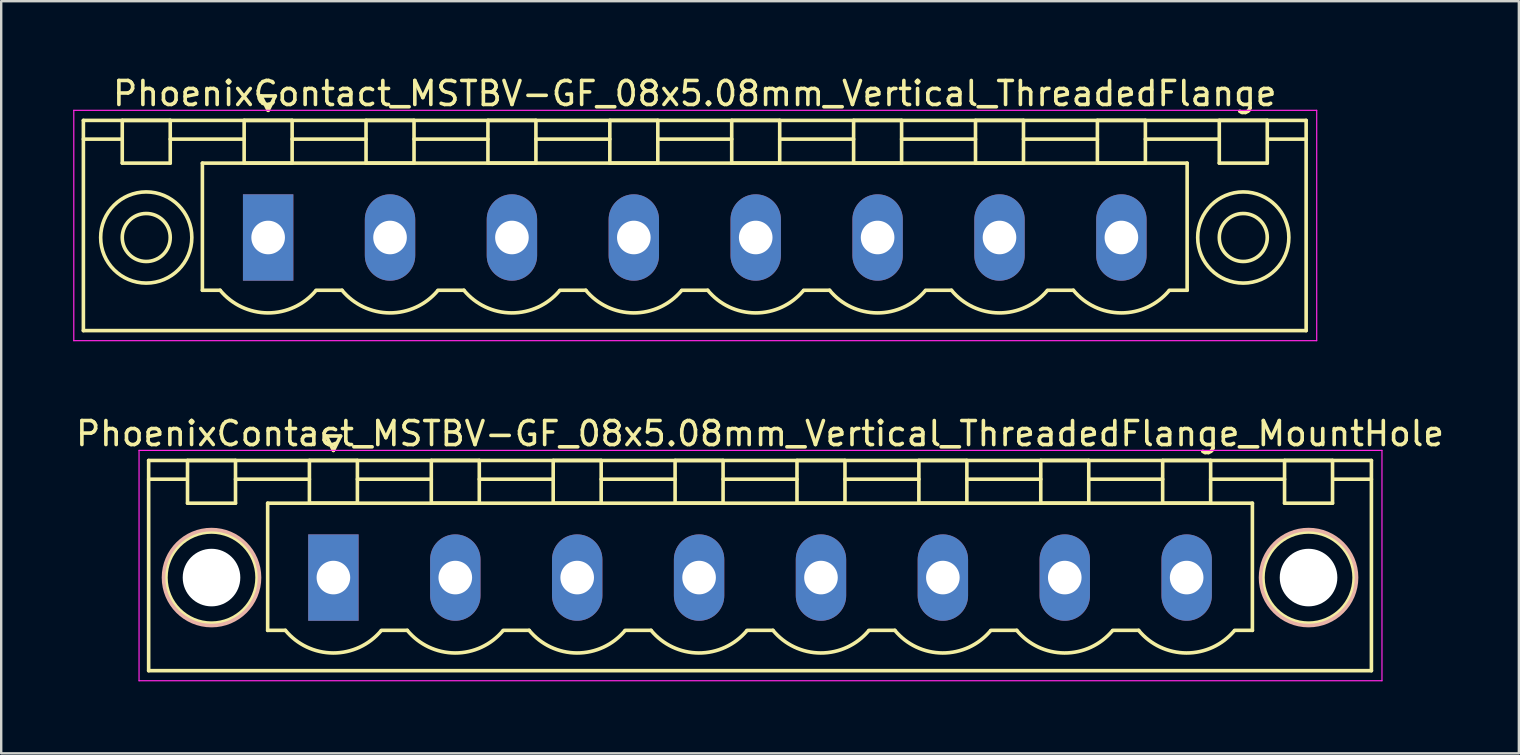
<source format=kicad_pcb>
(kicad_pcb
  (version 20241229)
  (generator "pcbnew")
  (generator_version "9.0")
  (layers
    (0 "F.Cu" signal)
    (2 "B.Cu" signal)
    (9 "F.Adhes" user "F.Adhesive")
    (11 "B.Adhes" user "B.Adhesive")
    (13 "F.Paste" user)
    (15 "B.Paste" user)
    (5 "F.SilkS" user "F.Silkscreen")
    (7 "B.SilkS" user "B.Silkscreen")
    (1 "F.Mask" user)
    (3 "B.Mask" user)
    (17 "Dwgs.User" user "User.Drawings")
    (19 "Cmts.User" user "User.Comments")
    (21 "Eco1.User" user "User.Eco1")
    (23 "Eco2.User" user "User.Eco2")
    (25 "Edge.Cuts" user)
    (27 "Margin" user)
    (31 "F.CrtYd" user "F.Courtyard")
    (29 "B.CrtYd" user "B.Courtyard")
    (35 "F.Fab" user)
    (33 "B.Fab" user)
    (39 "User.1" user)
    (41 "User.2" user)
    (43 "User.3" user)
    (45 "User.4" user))
  (footprint "PhoenixContact_MSTBV-GF_08x5.08mm_Vertical_ThreadedFlange_MountHole"
    (layer "F.Cu")
    (at 10.845 21.021)
    (property "Reference" "PhoenixContact_MSTBV-GF_08x5.08mm_Vertical_ThreadedFlange_MountHole" (at 17.78 -6 0) (layer "F.SilkS") (effects (font (size 1 1) (thickness 0.15))))
    (attr through_hole)
    (fp_line (start -7.7 -4.88) (end -7.7 3.88) (stroke (width 0.15) (type solid)) (layer "F.SilkS"))
    (fp_line (start -7.7 -4.1) (end -6.16 -4.1) (stroke (width 0.15) (type solid)) (layer "F.SilkS"))
    (fp_line (start -7.7 3.88) (end 43.26 3.88) (stroke (width 0.15) (type solid)) (layer "F.SilkS"))
    (fp_line (start -6.08 -4.88) (end -4.08 -4.88) (stroke (width 0.15) (type solid)) (layer "F.SilkS"))
    (fp_line (start -6.08 -3.1) (end -6.08 -4.88) (stroke (width 0.15) (type solid)) (layer "F.SilkS"))
    (fp_line (start -4.08 -4.88) (end -4.08 -3.1) (stroke (width 0.15) (type solid)) (layer "F.SilkS"))
    (fp_line (start -4.08 -4.1) (end -1 -4.1) (stroke (width 0.15) (type solid)) (layer "F.SilkS"))
    (fp_line (start -4.08 -3.1) (end -6.08 -3.1) (stroke (width 0.15) (type solid)) (layer "F.SilkS"))
    (fp_line (start -2.74 -3.1) (end 38.3 -3.1) (stroke (width 0.15) (type solid)) (layer "F.SilkS"))
    (fp_line (start -2.74 2.2) (end -2.74 -3.1) (stroke (width 0.15) (type solid)) (layer "F.SilkS"))
    (fp_line (start -2 2.2) (end -2.74 2.2) (stroke (width 0.15) (type solid)) (layer "F.SilkS"))
    (fp_line (start -1 -4.88) (end 1 -4.88) (stroke (width 0.15) (type solid)) (layer "F.SilkS"))
    (fp_line (start -1 -3.1) (end -1 -4.88) (stroke (width 0.15) (type solid)) (layer "F.SilkS"))
    (fp_line (start -0.3 -5.9) (end 0 -5.3) (stroke (width 0.15) (type solid)) (layer "F.SilkS"))
    (fp_line (start 0 -5.3) (end 0.3 -5.9) (stroke (width 0.15) (type solid)) (layer "F.SilkS"))
    (fp_line (start 0.3 -5.9) (end -0.3 -5.9) (stroke (width 0.15) (type solid)) (layer "F.SilkS"))
    (fp_line (start 1 -4.88) (end 1 -3.1) (stroke (width 0.15) (type solid)) (layer "F.SilkS"))
    (fp_line (start 1 -4.1) (end 4.08 -4.1) (stroke (width 0.15) (type solid)) (layer "F.SilkS"))
    (fp_line (start 1 -3.1) (end -1 -3.1) (stroke (width 0.15) (type solid)) (layer "F.SilkS"))
    (fp_line (start 2 2.2) (end 3.08 2.2) (stroke (width 0.15) (type solid)) (layer "F.SilkS"))
    (fp_line (start 4.08 -4.88) (end 6.08 -4.88) (stroke (width 0.15) (type solid)) (layer "F.SilkS"))
    (fp_line (start 4.08 -3.1) (end 4.08 -4.88) (stroke (width 0.15) (type solid)) (layer "F.SilkS"))
    (fp_line (start 6.08 -4.88) (end 6.08 -3.1) (stroke (width 0.15) (type solid)) (layer "F.SilkS"))
    (fp_line (start 6.08 -4.1) (end 9.16 -4.1) (stroke (width 0.15) (type solid)) (layer "F.SilkS"))
    (fp_line (start 6.08 -3.1) (end 4.08 -3.1) (stroke (width 0.15) (type solid)) (layer "F.SilkS"))
    (fp_line (start 7.08 2.2) (end 8.16 2.2) (stroke (width 0.15) (type solid)) (layer "F.SilkS"))
    (fp_line (start 9.16 -4.88) (end 11.16 -4.88) (stroke (width 0.15) (type solid)) (layer "F.SilkS"))
    (fp_line (start 9.16 -3.1) (end 9.16 -4.88) (stroke (width 0.15) (type solid)) (layer "F.SilkS"))
    (fp_line (start 11.16 -4.88) (end 11.16 -3.1) (stroke (width 0.15) (type solid)) (layer "F.SilkS"))
    (fp_line (start 11.16 -4.1) (end 14.24 -4.1) (stroke (width 0.15) (type solid)) (layer "F.SilkS"))
    (fp_line (start 11.16 -3.1) (end 9.16 -3.1) (stroke (width 0.15) (type solid)) (layer "F.SilkS"))
    (fp_line (start 12.16 2.2) (end 13.24 2.2) (stroke (width 0.15) (type solid)) (layer "F.SilkS"))
    (fp_line (start 14.24 -4.88) (end 16.24 -4.88) (stroke (width 0.15) (type solid)) (layer "F.SilkS"))
    (fp_line (start 14.24 -3.1) (end 14.24 -4.88) (stroke (width 0.15) (type solid)) (layer "F.SilkS"))
    (fp_line (start 16.24 -4.88) (end 16.24 -3.1) (stroke (width 0.15) (type solid)) (layer "F.SilkS"))
    (fp_line (start 16.24 -4.1) (end 19.32 -4.1) (stroke (width 0.15) (type solid)) (layer "F.SilkS"))
    (fp_line (start 16.24 -3.1) (end 14.24 -3.1) (stroke (width 0.15) (type solid)) (layer "F.SilkS"))
    (fp_line (start 17.24 2.2) (end 18.32 2.2) (stroke (width 0.15) (type solid)) (layer "F.SilkS"))
    (fp_line (start 19.32 -4.88) (end 21.32 -4.88) (stroke (width 0.15) (type solid)) (layer "F.SilkS"))
    (fp_line (start 19.32 -3.1) (end 19.32 -4.88) (stroke (width 0.15) (type solid)) (layer "F.SilkS"))
    (fp_line (start 21.32 -4.88) (end 21.32 -3.1) (stroke (width 0.15) (type solid)) (layer "F.SilkS"))
    (fp_line (start 21.32 -4.1) (end 24.4 -4.1) (stroke (width 0.15) (type solid)) (layer "F.SilkS"))
    (fp_line (start 21.32 -3.1) (end 19.32 -3.1) (stroke (width 0.15) (type solid)) (layer "F.SilkS"))
    (fp_line (start 22.32 2.2) (end 23.4 2.2) (stroke (width 0.15) (type solid)) (layer "F.SilkS"))
    (fp_line (start 24.4 -4.88) (end 26.4 -4.88) (stroke (width 0.15) (type solid)) (layer "F.SilkS"))
    (fp_line (start 24.4 -3.1) (end 24.4 -4.88) (stroke (width 0.15) (type solid)) (layer "F.SilkS"))
    (fp_line (start 26.4 -4.88) (end 26.4 -3.1) (stroke (width 0.15) (type solid)) (layer "F.SilkS"))
    (fp_line (start 26.4 -4.1) (end 29.48 -4.1) (stroke (width 0.15) (type solid)) (layer "F.SilkS"))
    (fp_line (start 26.4 -3.1) (end 24.4 -3.1) (stroke (width 0.15) (type solid)) (layer "F.SilkS"))
    (fp_line (start 27.4 2.2) (end 28.48 2.2) (stroke (width 0.15) (type solid)) (layer "F.SilkS"))
    (fp_line (start 29.48 -4.88) (end 31.48 -4.88) (stroke (width 0.15) (type solid)) (layer "F.SilkS"))
    (fp_line (start 29.48 -3.1) (end 29.48 -4.88) (stroke (width 0.15) (type solid)) (layer "F.SilkS"))
    (fp_line (start 31.48 -4.88) (end 31.48 -3.1) (stroke (width 0.15) (type solid)) (layer "F.SilkS"))
    (fp_line (start 31.48 -4.1) (end 34.56 -4.1) (stroke (width 0.15) (type solid)) (layer "F.SilkS"))
    (fp_line (start 31.48 -3.1) (end 29.48 -3.1) (stroke (width 0.15) (type solid)) (layer "F.SilkS"))
    (fp_line (start 32.48 2.2) (end 33.56 2.2) (stroke (width 0.15) (type solid)) (layer "F.SilkS"))
    (fp_line (start 34.56 -4.88) (end 36.56 -4.88) (stroke (width 0.15) (type solid)) (layer "F.SilkS"))
    (fp_line (start 34.56 -3.1) (end 34.56 -4.88) (stroke (width 0.15) (type solid)) (layer "F.SilkS"))
    (fp_line (start 36.56 -4.88) (end 36.56 -3.1) (stroke (width 0.15) (type solid)) (layer "F.SilkS"))
    (fp_line (start 36.56 -4.1) (end 39.64 -4.1) (stroke (width 0.15) (type solid)) (layer "F.SilkS"))
    (fp_line (start 36.56 -3.1) (end 34.56 -3.1) (stroke (width 0.15) (type solid)) (layer "F.SilkS"))
    (fp_line (start 38.3 -3.1) (end 38.3 2.2) (stroke (width 0.15) (type solid)) (layer "F.SilkS"))
    (fp_line (start 38.3 2.2) (end 37.56 2.2) (stroke (width 0.15) (type solid)) (layer "F.SilkS"))
    (fp_line (start 39.64 -4.88) (end 41.64 -4.88) (stroke (width 0.15) (type solid)) (layer "F.SilkS"))
    (fp_line (start 39.64 -3.1) (end 39.64 -4.88) (stroke (width 0.15) (type solid)) (layer "F.SilkS"))
    (fp_line (start 41.64 -4.88) (end 41.64 -3.1) (stroke (width 0.15) (type solid)) (layer "F.SilkS"))
    (fp_line (start 41.64 -3.1) (end 39.64 -3.1) (stroke (width 0.15) (type solid)) (layer "F.SilkS"))
    (fp_line (start 43.26 -4.88) (end -7.7 -4.88) (stroke (width 0.15) (type solid)) (layer "F.SilkS"))
    (fp_line (start 43.26 -4.1) (end 41.72 -4.1) (stroke (width 0.15) (type solid)) (layer "F.SilkS"))
    (fp_line (start 43.26 3.88) (end 43.26 -4.88) (stroke (width 0.15) (type solid)) (layer "F.SilkS"))
    (fp_arc (start 1.986842 2.215821) (mid -0.010289 3.142758) (end -2 2.2) (stroke (width 0.15) (type solid)) (layer "F.SilkS"))
    (fp_arc (start 7.066842 2.215821) (mid 5.069711 3.142758) (end 3.08 2.2) (stroke (width 0.15) (type solid)) (layer "F.SilkS"))
    (fp_arc (start 12.146842 2.215821) (mid 10.149711 3.142758) (end 8.16 2.2) (stroke (width 0.15) (type solid)) (layer "F.SilkS"))
    (fp_arc (start 17.226842 2.215821) (mid 15.229711 3.142758) (end 13.24 2.2) (stroke (width 0.15) (type solid)) (layer "F.SilkS"))
    (fp_arc (start 22.306842 2.215821) (mid 20.309711 3.142758) (end 18.32 2.2) (stroke (width 0.15) (type solid)) (layer "F.SilkS"))
    (fp_arc (start 27.386842 2.215821) (mid 25.389711 3.142758) (end 23.4 2.2) (stroke (width 0.15) (type solid)) (layer "F.SilkS"))
    (fp_arc (start 32.466842 2.215821) (mid 30.469711 3.142758) (end 28.48 2.2) (stroke (width 0.15) (type solid)) (layer "F.SilkS"))
    (fp_arc (start 37.546842 2.215821) (mid 35.549711 3.142758) (end 33.56 2.2) (stroke (width 0.15) (type solid)) (layer "F.SilkS"))
    (fp_circle (center -5.08 0) (end -3.18 0) (stroke (width 0.15) (type solid)) (fill no) (layer "F.SilkS"))
    (fp_circle (center 40.64 0) (end 42.54 0) (stroke (width 0.15) (type solid)) (fill no) (layer "F.SilkS"))
    (fp_circle (center -5.08 0) (end -3.08 0) (stroke (width 0.15) (type solid)) (fill no) (layer "B.SilkS"))
    (fp_circle (center 40.64 0) (end 42.64 0) (stroke (width 0.15) (type solid)) (fill no) (layer "B.SilkS"))
    (fp_line (start -8.1 -5.3) (end -8.1 4.3) (stroke (width 0.05) (type solid)) (layer "F.CrtYd"))
    (fp_line (start -8.1 4.3) (end 43.7 4.3) (stroke (width 0.05) (type solid)) (layer "F.CrtYd"))
    (fp_line (start 43.7 -5.3) (end -8.1 -5.3) (stroke (width 0.05) (type solid)) (layer "F.CrtYd"))
    (fp_line (start 43.7 4.3) (end 43.7 -5.3) (stroke (width 0.05) (type solid)) (layer "F.CrtYd"))
    (pad "" np_thru_hole circle (at -5.08 0) (size 2.4 2.4) (drill 2.4) (layers "*.Cu" "*.Mask"))
    (pad "" np_thru_hole circle (at 40.64 0) (size 2.4 2.4) (drill 2.4) (layers "*.Cu" "*.Mask"))
    (pad "1" thru_hole rect (at 0 0) (size 2.1 3.6) (drill 1.4) (layers "*.Cu" "*.Mask"))
    (pad "2" thru_hole oval (at 5.08 0) (size 2.1 3.6) (drill 1.4) (layers "*.Cu" "*.Mask"))
    (pad "3" thru_hole oval (at 10.16 0) (size 2.1 3.6) (drill 1.4) (layers "*.Cu" "*.Mask"))
    (pad "4" thru_hole oval (at 15.24 0) (size 2.1 3.6) (drill 1.4) (layers "*.Cu" "*.Mask"))
    (pad "5" thru_hole oval (at 20.32 0) (size 2.1 3.6) (drill 1.4) (layers "*.Cu" "*.Mask"))
    (pad "6" thru_hole oval (at 25.4 0) (size 2.1 3.6) (drill 1.4) (layers "*.Cu" "*.Mask"))
    (pad "7" thru_hole oval (at 30.48 0) (size 2.1 3.6) (drill 1.4) (layers "*.Cu" "*.Mask"))
    (pad "8" thru_hole oval (at 35.56 0) (size 2.1 3.6) (drill 1.4) (layers "*.Cu" "*.Mask")))
  (footprint "PhoenixContact_MSTBV-GF_08x5.08mm_Vertical_ThreadedFlange"
    (layer "F.Cu")
    (at 8.125 6.848)
    (property "Reference" "PhoenixContact_MSTBV-GF_08x5.08mm_Vertical_ThreadedFlange" (at 17.78 -6 0) (layer "F.SilkS") (effects (font (size 1 1) (thickness 0.15))))
    (attr through_hole)
    (fp_line (start -7.7 -4.88) (end -7.7 3.88) (stroke (width 0.15) (type solid)) (layer "F.SilkS"))
    (fp_line (start -7.7 -4.1) (end -6.16 -4.1) (stroke (width 0.15) (type solid)) (layer "F.SilkS"))
    (fp_line (start -7.7 3.88) (end 43.26 3.88) (stroke (width 0.15) (type solid)) (layer "F.SilkS"))
    (fp_line (start -6.08 -4.88) (end -4.08 -4.88) (stroke (width 0.15) (type solid)) (layer "F.SilkS"))
    (fp_line (start -6.08 -3.1) (end -6.08 -4.88) (stroke (width 0.15) (type solid)) (layer "F.SilkS"))
    (fp_line (start -4.08 -4.88) (end -4.08 -3.1) (stroke (width 0.15) (type solid)) (layer "F.SilkS"))
    (fp_line (start -4.08 -4.1) (end -1 -4.1) (stroke (width 0.15) (type solid)) (layer "F.SilkS"))
    (fp_line (start -4.08 -3.1) (end -6.08 -3.1) (stroke (width 0.15) (type solid)) (layer "F.SilkS"))
    (fp_line (start -2.74 -3.1) (end 38.3 -3.1) (stroke (width 0.15) (type solid)) (layer "F.SilkS"))
    (fp_line (start -2.74 2.2) (end -2.74 -3.1) (stroke (width 0.15) (type solid)) (layer "F.SilkS"))
    (fp_line (start -2 2.2) (end -2.74 2.2) (stroke (width 0.15) (type solid)) (layer "F.SilkS"))
    (fp_line (start -1 -4.88) (end 1 -4.88) (stroke (width 0.15) (type solid)) (layer "F.SilkS"))
    (fp_line (start -1 -3.1) (end -1 -4.88) (stroke (width 0.15) (type solid)) (layer "F.SilkS"))
    (fp_line (start -0.3 -5.9) (end 0 -5.3) (stroke (width 0.15) (type solid)) (layer "F.SilkS"))
    (fp_line (start 0 -5.3) (end 0.3 -5.9) (stroke (width 0.15) (type solid)) (layer "F.SilkS"))
    (fp_line (start 0.3 -5.9) (end -0.3 -5.9) (stroke (width 0.15) (type solid)) (layer "F.SilkS"))
    (fp_line (start 1 -4.88) (end 1 -3.1) (stroke (width 0.15) (type solid)) (layer "F.SilkS"))
    (fp_line (start 1 -4.1) (end 4.08 -4.1) (stroke (width 0.15) (type solid)) (layer "F.SilkS"))
    (fp_line (start 1 -3.1) (end -1 -3.1) (stroke (width 0.15) (type solid)) (layer "F.SilkS"))
    (fp_line (start 2 2.2) (end 3.08 2.2) (stroke (width 0.15) (type solid)) (layer "F.SilkS"))
    (fp_line (start 4.08 -4.88) (end 6.08 -4.88) (stroke (width 0.15) (type solid)) (layer "F.SilkS"))
    (fp_line (start 4.08 -3.1) (end 4.08 -4.88) (stroke (width 0.15) (type solid)) (layer "F.SilkS"))
    (fp_line (start 6.08 -4.88) (end 6.08 -3.1) (stroke (width 0.15) (type solid)) (layer "F.SilkS"))
    (fp_line (start 6.08 -4.1) (end 9.16 -4.1) (stroke (width 0.15) (type solid)) (layer "F.SilkS"))
    (fp_line (start 6.08 -3.1) (end 4.08 -3.1) (stroke (width 0.15) (type solid)) (layer "F.SilkS"))
    (fp_line (start 7.08 2.2) (end 8.16 2.2) (stroke (width 0.15) (type solid)) (layer "F.SilkS"))
    (fp_line (start 9.16 -4.88) (end 11.16 -4.88) (stroke (width 0.15) (type solid)) (layer "F.SilkS"))
    (fp_line (start 9.16 -3.1) (end 9.16 -4.88) (stroke (width 0.15) (type solid)) (layer "F.SilkS"))
    (fp_line (start 11.16 -4.88) (end 11.16 -3.1) (stroke (width 0.15) (type solid)) (layer "F.SilkS"))
    (fp_line (start 11.16 -4.1) (end 14.24 -4.1) (stroke (width 0.15) (type solid)) (layer "F.SilkS"))
    (fp_line (start 11.16 -3.1) (end 9.16 -3.1) (stroke (width 0.15) (type solid)) (layer "F.SilkS"))
    (fp_line (start 12.16 2.2) (end 13.24 2.2) (stroke (width 0.15) (type solid)) (layer "F.SilkS"))
    (fp_line (start 14.24 -4.88) (end 16.24 -4.88) (stroke (width 0.15) (type solid)) (layer "F.SilkS"))
    (fp_line (start 14.24 -3.1) (end 14.24 -4.88) (stroke (width 0.15) (type solid)) (layer "F.SilkS"))
    (fp_line (start 16.24 -4.88) (end 16.24 -3.1) (stroke (width 0.15) (type solid)) (layer "F.SilkS"))
    (fp_line (start 16.24 -4.1) (end 19.32 -4.1) (stroke (width 0.15) (type solid)) (layer "F.SilkS"))
    (fp_line (start 16.24 -3.1) (end 14.24 -3.1) (stroke (width 0.15) (type solid)) (layer "F.SilkS"))
    (fp_line (start 17.24 2.2) (end 18.32 2.2) (stroke (width 0.15) (type solid)) (layer "F.SilkS"))
    (fp_line (start 19.32 -4.88) (end 21.32 -4.88) (stroke (width 0.15) (type solid)) (layer "F.SilkS"))
    (fp_line (start 19.32 -3.1) (end 19.32 -4.88) (stroke (width 0.15) (type solid)) (layer "F.SilkS"))
    (fp_line (start 21.32 -4.88) (end 21.32 -3.1) (stroke (width 0.15) (type solid)) (layer "F.SilkS"))
    (fp_line (start 21.32 -4.1) (end 24.4 -4.1) (stroke (width 0.15) (type solid)) (layer "F.SilkS"))
    (fp_line (start 21.32 -3.1) (end 19.32 -3.1) (stroke (width 0.15) (type solid)) (layer "F.SilkS"))
    (fp_line (start 22.32 2.2) (end 23.4 2.2) (stroke (width 0.15) (type solid)) (layer "F.SilkS"))
    (fp_line (start 24.4 -4.88) (end 26.4 -4.88) (stroke (width 0.15) (type solid)) (layer "F.SilkS"))
    (fp_line (start 24.4 -3.1) (end 24.4 -4.88) (stroke (width 0.15) (type solid)) (layer "F.SilkS"))
    (fp_line (start 26.4 -4.88) (end 26.4 -3.1) (stroke (width 0.15) (type solid)) (layer "F.SilkS"))
    (fp_line (start 26.4 -4.1) (end 29.48 -4.1) (stroke (width 0.15) (type solid)) (layer "F.SilkS"))
    (fp_line (start 26.4 -3.1) (end 24.4 -3.1) (stroke (width 0.15) (type solid)) (layer "F.SilkS"))
    (fp_line (start 27.4 2.2) (end 28.48 2.2) (stroke (width 0.15) (type solid)) (layer "F.SilkS"))
    (fp_line (start 29.48 -4.88) (end 31.48 -4.88) (stroke (width 0.15) (type solid)) (layer "F.SilkS"))
    (fp_line (start 29.48 -3.1) (end 29.48 -4.88) (stroke (width 0.15) (type solid)) (layer "F.SilkS"))
    (fp_line (start 31.48 -4.88) (end 31.48 -3.1) (stroke (width 0.15) (type solid)) (layer "F.SilkS"))
    (fp_line (start 31.48 -4.1) (end 34.56 -4.1) (stroke (width 0.15) (type solid)) (layer "F.SilkS"))
    (fp_line (start 31.48 -3.1) (end 29.48 -3.1) (stroke (width 0.15) (type solid)) (layer "F.SilkS"))
    (fp_line (start 32.48 2.2) (end 33.56 2.2) (stroke (width 0.15) (type solid)) (layer "F.SilkS"))
    (fp_line (start 34.56 -4.88) (end 36.56 -4.88) (stroke (width 0.15) (type solid)) (layer "F.SilkS"))
    (fp_line (start 34.56 -3.1) (end 34.56 -4.88) (stroke (width 0.15) (type solid)) (layer "F.SilkS"))
    (fp_line (start 36.56 -4.88) (end 36.56 -3.1) (stroke (width 0.15) (type solid)) (layer "F.SilkS"))
    (fp_line (start 36.56 -4.1) (end 39.64 -4.1) (stroke (width 0.15) (type solid)) (layer "F.SilkS"))
    (fp_line (start 36.56 -3.1) (end 34.56 -3.1) (stroke (width 0.15) (type solid)) (layer "F.SilkS"))
    (fp_line (start 38.3 -3.1) (end 38.3 2.2) (stroke (width 0.15) (type solid)) (layer "F.SilkS"))
    (fp_line (start 38.3 2.2) (end 37.56 2.2) (stroke (width 0.15) (type solid)) (layer "F.SilkS"))
    (fp_line (start 39.64 -4.88) (end 41.64 -4.88) (stroke (width 0.15) (type solid)) (layer "F.SilkS"))
    (fp_line (start 39.64 -3.1) (end 39.64 -4.88) (stroke (width 0.15) (type solid)) (layer "F.SilkS"))
    (fp_line (start 41.64 -4.88) (end 41.64 -3.1) (stroke (width 0.15) (type solid)) (layer "F.SilkS"))
    (fp_line (start 41.64 -3.1) (end 39.64 -3.1) (stroke (width 0.15) (type solid)) (layer "F.SilkS"))
    (fp_line (start 43.26 -4.88) (end -7.7 -4.88) (stroke (width 0.15) (type solid)) (layer "F.SilkS"))
    (fp_line (start 43.26 -4.1) (end 41.72 -4.1) (stroke (width 0.15) (type solid)) (layer "F.SilkS"))
    (fp_line (start 43.26 3.88) (end 43.26 -4.88) (stroke (width 0.15) (type solid)) (layer "F.SilkS"))
    (fp_arc (start 1.986842 2.215821) (mid -0.010289 3.142758) (end -2 2.2) (stroke (width 0.15) (type solid)) (layer "F.SilkS"))
    (fp_arc (start 7.066842 2.215821) (mid 5.069711 3.142758) (end 3.08 2.2) (stroke (width 0.15) (type solid)) (layer "F.SilkS"))
    (fp_arc (start 12.146842 2.215821) (mid 10.149711 3.142758) (end 8.16 2.2) (stroke (width 0.15) (type solid)) (layer "F.SilkS"))
    (fp_arc (start 17.226842 2.215821) (mid 15.229711 3.142758) (end 13.24 2.2) (stroke (width 0.15) (type solid)) (layer "F.SilkS"))
    (fp_arc (start 22.306842 2.215821) (mid 20.309711 3.142758) (end 18.32 2.2) (stroke (width 0.15) (type solid)) (layer "F.SilkS"))
    (fp_arc (start 27.386842 2.215821) (mid 25.389711 3.142758) (end 23.4 2.2) (stroke (width 0.15) (type solid)) (layer "F.SilkS"))
    (fp_arc (start 32.466842 2.215821) (mid 30.469711 3.142758) (end 28.48 2.2) (stroke (width 0.15) (type solid)) (layer "F.SilkS"))
    (fp_arc (start 37.546842 2.215821) (mid 35.549711 3.142758) (end 33.56 2.2) (stroke (width 0.15) (type solid)) (layer "F.SilkS"))
    (fp_circle (center -5.08 0) (end -4.08 0) (stroke (width 0.15) (type solid)) (fill no) (layer "F.SilkS"))
    (fp_circle (center -5.08 0) (end -3.18 0) (stroke (width 0.15) (type solid)) (fill no) (layer "F.SilkS"))
    (fp_circle (center 40.64 0) (end 41.64 0) (stroke (width 0.15) (type solid)) (fill no) (layer "F.SilkS"))
    (fp_circle (center 40.64 0) (end 42.54 0) (stroke (width 0.15) (type solid)) (fill no) (layer "F.SilkS"))
    (fp_line (start -8.1 -5.3) (end -8.1 4.3) (stroke (width 0.05) (type solid)) (layer "F.CrtYd"))
    (fp_line (start -8.1 4.3) (end 43.7 4.3) (stroke (width 0.05) (type solid)) (layer "F.CrtYd"))
    (fp_line (start 43.7 -5.3) (end -8.1 -5.3) (stroke (width 0.05) (type solid)) (layer "F.CrtYd"))
    (fp_line (start 43.7 4.3) (end 43.7 -5.3) (stroke (width 0.05) (type solid)) (layer "F.CrtYd"))
    (pad "1" thru_hole rect (at 0 0) (size 2.1 3.6) (drill 1.4) (layers "*.Cu" "*.Mask"))
    (pad "2" thru_hole oval (at 5.08 0) (size 2.1 3.6) (drill 1.4) (layers "*.Cu" "*.Mask"))
    (pad "3" thru_hole oval (at 10.16 0) (size 2.1 3.6) (drill 1.4) (layers "*.Cu" "*.Mask"))
    (pad "4" thru_hole oval (at 15.24 0) (size 2.1 3.6) (drill 1.4) (layers "*.Cu" "*.Mask"))
    (pad "5" thru_hole oval (at 20.32 0) (size 2.1 3.6) (drill 1.4) (layers "*.Cu" "*.Mask"))
    (pad "6" thru_hole oval (at 25.4 0) (size 2.1 3.6) (drill 1.4) (layers "*.Cu" "*.Mask"))
    (pad "7" thru_hole oval (at 30.48 0) (size 2.1 3.6) (drill 1.4) (layers "*.Cu" "*.Mask"))
    (pad "8" thru_hole oval (at 35.56 0) (size 2.1 3.6) (drill 1.4) (layers "*.Cu" "*.Mask")))
  (gr_rect
    (start -3 -3)
    (end 60.25 28.346)
    (stroke (width 0.1) (type default))
    (fill no)
    (layer "Edge.Cuts")))
</source>
